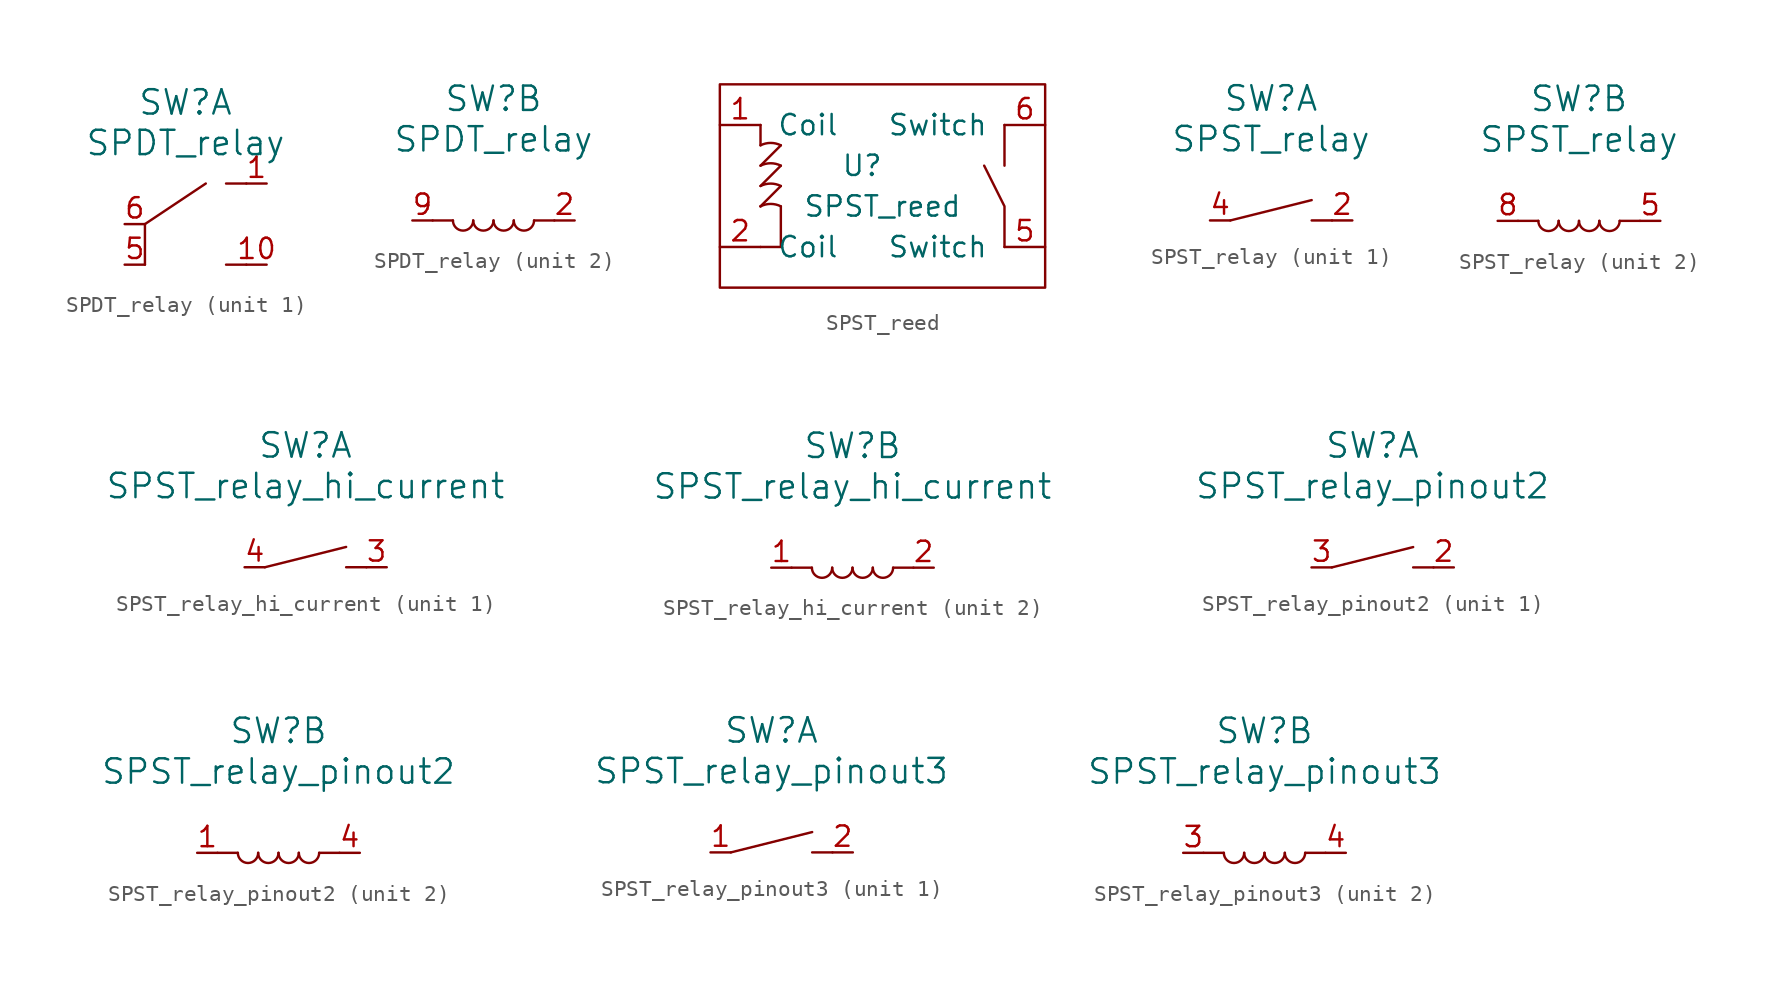
<source format=kicad_sym>
(kicad_symbol_lib
  (version 20211014)
  (generator kicad_symbol_editor)
  (symbol "SPDT_relay"
    (pin_names
      (offset 1.016))
    (property "Reference" "SW"
      (at 0 7.62 0)
      (effects (font (size 1.524 1.524))))
    (property "Value" "SPDT_relay"
      (at 0 5.08 0)
      (effects (font (size 1.524 1.524))))
    (property "ki_locked" ""
      (at 0 0 0)
      (effects (font (size 1.27 1.27))))
    (symbol "SPDT_relay_1_1"
      (polyline (pts (xy -2.54 0) (xy -2.54 -2.54)) (stroke (width 0) (type default) (color 0 0 0 0)) (fill (type none)))
      (polyline (pts (xy -2.54 0) (xy 1.27 2.54)) (stroke (width 0) (type default) (color 0 0 0 0)) (fill (type none)))
      (polyline (pts (xy 3.81 -2.54) (xy 2.54 -2.54)) (stroke (width 0) (type default) (color 0 0 0 0)) (fill (type none)))
      (polyline (pts (xy 3.81 2.54) (xy 2.54 2.54)) (stroke (width 0) (type default) (color 0 0 0 0)) (fill (type none)))
      (pin passive line (at 5.08 2.54 180) (length 1.27) (name "~" (effects (font (size 1.27 1.27)))) (number "1" (effects (font (size 1.27 1.27)))))
      (pin passive line (at 5.08 -2.54 180) (length 1.27) (name "~" (effects (font (size 1.27 1.27)))) (number "10" (effects (font (size 1.27 1.27)))))
      (pin passive line (at -3.81 -2.54 0) (length 1.27) (name "~" (effects (font (size 1.27 1.27)))) (number "5" (effects (font (size 1.27 1.27)))))
      (pin passive line (at -3.81 0 0) (length 1.27) (name "~" (effects (font (size 1.27 1.27)))) (number "6" (effects (font (size 1.27 1.27))))))
    (symbol "SPDT_relay_2_1"
      (arc (start -2.54 0) (mid -1.905 -0.635) (end -1.27 0) (stroke (width 0) (type default) (color 0 0 0 0)) (fill (type none)))
      (arc (start -1.27 0) (mid -0.635 -0.635) (end 0 0) (stroke (width 0) (type default) (color 0 0 0 0)) (fill (type none)))
      (polyline (pts (xy -3.81 0) (xy -2.54 0)) (stroke (width 0) (type default) (color 0 0 0 0)) (fill (type none)))
      (polyline (pts (xy 3.81 0) (xy 2.54 0)) (stroke (width 0) (type default) (color 0 0 0 0)) (fill (type none)))
      (arc (start 0 0) (mid 0.635 -0.635) (end 1.27 0) (stroke (width 0) (type default) (color 0 0 0 0)) (fill (type none)))
      (arc (start 1.27 0) (mid 1.905 -0.635) (end 2.54 0) (stroke (width 0) (type default) (color 0 0 0 0)) (fill (type none)))
      (pin passive line (at 5.08 0 180) (length 1.27) (name "~" (effects (font (size 1.27 1.27)))) (number "2" (effects (font (size 1.27 1.27)))))
      (pin passive line (at -5.08 0 0) (length 1.27) (name "~" (effects (font (size 1.27 1.27)))) (number "9" (effects (font (size 1.27 1.27)))))))
  (symbol "SPST_reed"
    (pin_names
      (offset 1.016))
    (property "Reference" "U"
      (at 1.27 1.27 0)
      (effects (font (size 1.27 1.27))))
    (property "Value" "SPST_reed"
      (at 2.54 -1.27 0)
      (effects (font (size 1.27 1.27))))
    (symbol "SPST_reed_0_1"
      (rectangle (start -7.62 6.35) (end 12.7 -6.35) (stroke (width 0) (type default) (color 0 0 0 0)) (fill (type none)))
      (arc (start -3.81 2.54) (mid -4.445 2.6899) (end -5.08 2.54) (stroke (width 0) (type default) (color 0 0 0 0)) (fill (type none)))
      (polyline (pts (xy -5.08 -1.27) (xy -5.08 -1.27)) (stroke (width 0) (type default) (color 0 0 0 0)) (fill (type none)))
      (polyline (pts (xy -5.08 3.81) (xy -5.08 2.54)) (stroke (width 0) (type default) (color 0 0 0 0)) (fill (type none)))
      (polyline (pts (xy -3.81 0) (xy -5.08 -1.27)) (stroke (width 0) (type default) (color 0 0 0 0)) (fill (type none)))
      (polyline (pts (xy -3.81 1.27) (xy -5.08 0)) (stroke (width 0) (type default) (color 0 0 0 0)) (fill (type none)))
      (polyline (pts (xy -3.81 2.54) (xy -5.08 1.27)) (stroke (width 0) (type default) (color 0 0 0 0)) (fill (type none)))
      (polyline (pts (xy 10.16 3.81) (xy 10.16 1.27)) (stroke (width 0) (type default) (color 0 0 0 0)) (fill (type none)))
      (polyline (pts (xy -3.81 -1.27) (xy -3.81 -3.81) (xy -5.08 -3.81)) (stroke (width 0) (type default) (color 0 0 0 0)) (fill (type none)))
      (polyline (pts (xy 10.16 -3.81) (xy 10.16 -1.27) (xy 8.89 1.27)) (stroke (width 0) (type default) (color 0 0 0 0)) (fill (type none))))
    (symbol "SPST_reed_1_1"
      (arc (start -3.81 -1.27) (mid -4.445 -1.1201) (end -5.08 -1.27) (stroke (width 0) (type default) (color 0 0 0 0)) (fill (type none)))
      (arc (start -3.81 0) (mid -4.445 0.1499) (end -5.08 0) (stroke (width 0) (type default) (color 0 0 0 0)) (fill (type none)))
      (arc (start -3.81 1.27) (mid -4.445 1.4199) (end -5.08 1.27) (stroke (width 0) (type default) (color 0 0 0 0)) (fill (type none)))
      (pin input line (at -7.62 3.81 0) (length 2.54) (name "Coil" (effects (font (size 1.27 1.27)))) (number "1" (effects (font (size 1.27 1.27)))))
      (pin input line (at -7.62 -3.81 0) (length 2.54) (name "Coil" (effects (font (size 1.27 1.27)))) (number "2" (effects (font (size 1.27 1.27)))))
      (pin input line (at 12.7 -3.81 180) (length 2.54) (name "Switch" (effects (font (size 1.27 1.27)))) (number "5" (effects (font (size 1.27 1.27)))))
      (pin input line (at 12.7 3.81 180) (length 2.54) (name "Switch" (effects (font (size 1.27 1.27)))) (number "6" (effects (font (size 1.27 1.27)))))))
  (symbol "SPST_relay"
    (pin_names
      (offset 1.016))
    (property "Reference" "SW"
      (at 0 7.62 0)
      (effects (font (size 1.524 1.524))))
    (property "Value" "SPST_relay"
      (at 0 5.08 0)
      (effects (font (size 1.524 1.524))))
    (property "ki_locked" ""
      (at 0 0 0)
      (effects (font (size 1.27 1.27))))
    (symbol "SPST_relay_1_1"
      (polyline (pts (xy -2.54 0) (xy 2.54 1.27)) (stroke (width 0) (type default) (color 0 0 0 0)) (fill (type none)))
      (polyline (pts (xy 3.81 0) (xy 2.54 0)) (stroke (width 0) (type default) (color 0 0 0 0)) (fill (type none)))
      (pin passive line (at 5.08 0 180) (length 1.27) (name "~" (effects (font (size 1.27 1.27)))) (number "2" (effects (font (size 1.27 1.27)))))
      (pin passive line (at -3.81 0 0) (length 1.27) (name "~" (effects (font (size 1.27 1.27)))) (number "4" (effects (font (size 1.27 1.27))))))
    (symbol "SPST_relay_2_1"
      (arc (start -2.54 0) (mid -1.905 -0.635) (end -1.27 0) (stroke (width 0) (type default) (color 0 0 0 0)) (fill (type none)))
      (arc (start -1.27 0) (mid -0.635 -0.635) (end 0 0) (stroke (width 0) (type default) (color 0 0 0 0)) (fill (type none)))
      (polyline (pts (xy -3.81 0) (xy -2.54 0)) (stroke (width 0) (type default) (color 0 0 0 0)) (fill (type none)))
      (polyline (pts (xy 3.81 0) (xy 2.54 0)) (stroke (width 0) (type default) (color 0 0 0 0)) (fill (type none)))
      (arc (start 0 0) (mid 0.635 -0.635) (end 1.27 0) (stroke (width 0) (type default) (color 0 0 0 0)) (fill (type none)))
      (arc (start 1.27 0) (mid 1.905 -0.635) (end 2.54 0) (stroke (width 0) (type default) (color 0 0 0 0)) (fill (type none)))
      (pin passive line (at 5.08 0 180) (length 1.27) (name "~" (effects (font (size 1.27 1.27)))) (number "5" (effects (font (size 1.27 1.27)))))
      (pin passive line (at -5.08 0 0) (length 1.27) (name "~" (effects (font (size 1.27 1.27)))) (number "8" (effects (font (size 1.27 1.27)))))))
  (symbol "SPST_relay_hi_current"
    (pin_names
      (offset 1.016))
    (property "Reference" "SW"
      (at 0 7.62 0)
      (effects (font (size 1.524 1.524))))
    (property "Value" "SPST_relay_hi_current"
      (at 0 5.08 0)
      (effects (font (size 1.524 1.524))))
    (property "ki_locked" ""
      (at 0 0 0)
      (effects (font (size 1.27 1.27))))
    (symbol "SPST_relay_hi_current_1_1"
      (polyline (pts (xy -2.54 0) (xy 2.54 1.27)) (stroke (width 0) (type default) (color 0 0 0 0)) (fill (type none)))
      (polyline (pts (xy 3.81 0) (xy 2.54 0)) (stroke (width 0) (type default) (color 0 0 0 0)) (fill (type none)))
      (pin passive line (at 5.08 0 180) (length 1.27) (name "~" (effects (font (size 1.27 1.27)))) (number "3" (effects (font (size 1.27 1.27)))))
      (pin passive line (at -3.81 0 0) (length 1.27) (name "~" (effects (font (size 1.27 1.27)))) (number "4" (effects (font (size 1.27 1.27))))))
    (symbol "SPST_relay_hi_current_2_1"
      (arc (start -2.54 0) (mid -1.905 -0.635) (end -1.27 0) (stroke (width 0) (type default) (color 0 0 0 0)) (fill (type none)))
      (arc (start -1.27 0) (mid -0.635 -0.635) (end 0 0) (stroke (width 0) (type default) (color 0 0 0 0)) (fill (type none)))
      (polyline (pts (xy -3.81 0) (xy -2.54 0)) (stroke (width 0) (type default) (color 0 0 0 0)) (fill (type none)))
      (polyline (pts (xy 3.81 0) (xy 2.54 0)) (stroke (width 0) (type default) (color 0 0 0 0)) (fill (type none)))
      (arc (start 0 0) (mid 0.635 -0.635) (end 1.27 0) (stroke (width 0) (type default) (color 0 0 0 0)) (fill (type none)))
      (arc (start 1.27 0) (mid 1.905 -0.635) (end 2.54 0) (stroke (width 0) (type default) (color 0 0 0 0)) (fill (type none)))
      (pin passive line (at -5.08 0 0) (length 1.27) (name "~" (effects (font (size 1.27 1.27)))) (number "1" (effects (font (size 1.27 1.27)))))
      (pin passive line (at 5.08 0 180) (length 1.27) (name "~" (effects (font (size 1.27 1.27)))) (number "2" (effects (font (size 1.27 1.27)))))))
  (symbol "SPST_relay_pinout2"
    (pin_names
      (offset 1.016))
    (property "Reference" "SW"
      (at 0 7.62 0)
      (effects (font (size 1.524 1.524))))
    (property "Value" "SPST_relay_pinout2"
      (at 0 5.08 0)
      (effects (font (size 1.524 1.524))))
    (property "ki_locked" ""
      (at 0 0 0)
      (effects (font (size 1.27 1.27))))
    (symbol "SPST_relay_pinout2_1_1"
      (polyline (pts (xy -2.54 0) (xy 2.54 1.27)) (stroke (width 0) (type default) (color 0 0 0 0)) (fill (type none)))
      (polyline (pts (xy 3.81 0) (xy 2.54 0)) (stroke (width 0) (type default) (color 0 0 0 0)) (fill (type none)))
      (pin passive line (at 5.08 0 180) (length 1.27) (name "~" (effects (font (size 1.27 1.27)))) (number "2" (effects (font (size 1.27 1.27)))))
      (pin passive line (at -3.81 0 0) (length 1.27) (name "~" (effects (font (size 1.27 1.27)))) (number "3" (effects (font (size 1.27 1.27))))))
    (symbol "SPST_relay_pinout2_2_1"
      (arc (start -2.54 0) (mid -1.905 -0.635) (end -1.27 0) (stroke (width 0) (type default) (color 0 0 0 0)) (fill (type none)))
      (arc (start -1.27 0) (mid -0.635 -0.635) (end 0 0) (stroke (width 0) (type default) (color 0 0 0 0)) (fill (type none)))
      (polyline (pts (xy -3.81 0) (xy -2.54 0)) (stroke (width 0) (type default) (color 0 0 0 0)) (fill (type none)))
      (polyline (pts (xy 3.81 0) (xy 2.54 0)) (stroke (width 0) (type default) (color 0 0 0 0)) (fill (type none)))
      (arc (start 0 0) (mid 0.635 -0.635) (end 1.27 0) (stroke (width 0) (type default) (color 0 0 0 0)) (fill (type none)))
      (arc (start 1.27 0) (mid 1.905 -0.635) (end 2.54 0) (stroke (width 0) (type default) (color 0 0 0 0)) (fill (type none)))
      (pin passive line (at -5.08 0 0) (length 1.27) (name "~" (effects (font (size 1.27 1.27)))) (number "1" (effects (font (size 1.27 1.27)))))
      (pin passive line (at 5.08 0 180) (length 1.27) (name "~" (effects (font (size 1.27 1.27)))) (number "4" (effects (font (size 1.27 1.27)))))))
  (symbol "SPST_relay_pinout3"
    (pin_names
      (offset 1.016))
    (property "Reference" "SW"
      (at 0 7.62 0)
      (effects (font (size 1.524 1.524))))
    (property "Value" "SPST_relay_pinout3"
      (at 0 5.08 0)
      (effects (font (size 1.524 1.524))))
    (property "ki_locked" ""
      (at 0 0 0)
      (effects (font (size 1.27 1.27))))
    (symbol "SPST_relay_pinout3_1_1"
      (polyline (pts (xy -2.54 0) (xy 2.54 1.27)) (stroke (width 0) (type default) (color 0 0 0 0)) (fill (type none)))
      (polyline (pts (xy 3.81 0) (xy 2.54 0)) (stroke (width 0) (type default) (color 0 0 0 0)) (fill (type none)))
      (pin passive line (at -3.81 0 0) (length 1.27) (name "~" (effects (font (size 1.27 1.27)))) (number "1" (effects (font (size 1.27 1.27)))))
      (pin passive line (at 5.08 0 180) (length 1.27) (name "~" (effects (font (size 1.27 1.27)))) (number "2" (effects (font (size 1.27 1.27))))))
    (symbol "SPST_relay_pinout3_2_1"
      (arc (start -2.54 0) (mid -1.905 -0.635) (end -1.27 0) (stroke (width 0) (type default) (color 0 0 0 0)) (fill (type none)))
      (arc (start -1.27 0) (mid -0.635 -0.635) (end 0 0) (stroke (width 0) (type default) (color 0 0 0 0)) (fill (type none)))
      (polyline (pts (xy -3.81 0) (xy -2.54 0)) (stroke (width 0) (type default) (color 0 0 0 0)) (fill (type none)))
      (polyline (pts (xy 3.81 0) (xy 2.54 0)) (stroke (width 0) (type default) (color 0 0 0 0)) (fill (type none)))
      (arc (start 0 0) (mid 0.635 -0.635) (end 1.27 0) (stroke (width 0) (type default) (color 0 0 0 0)) (fill (type none)))
      (arc (start 1.27 0) (mid 1.905 -0.635) (end 2.54 0) (stroke (width 0) (type default) (color 0 0 0 0)) (fill (type none)))
      (pin passive line (at -5.08 0 0) (length 1.27) (name "~" (effects (font (size 1.27 1.27)))) (number "3" (effects (font (size 1.27 1.27)))))
      (pin passive line (at 5.08 0 180) (length 1.27) (name "~" (effects (font (size 1.27 1.27)))) (number "4" (effects (font (size 1.27 1.27))))))))
</source>
